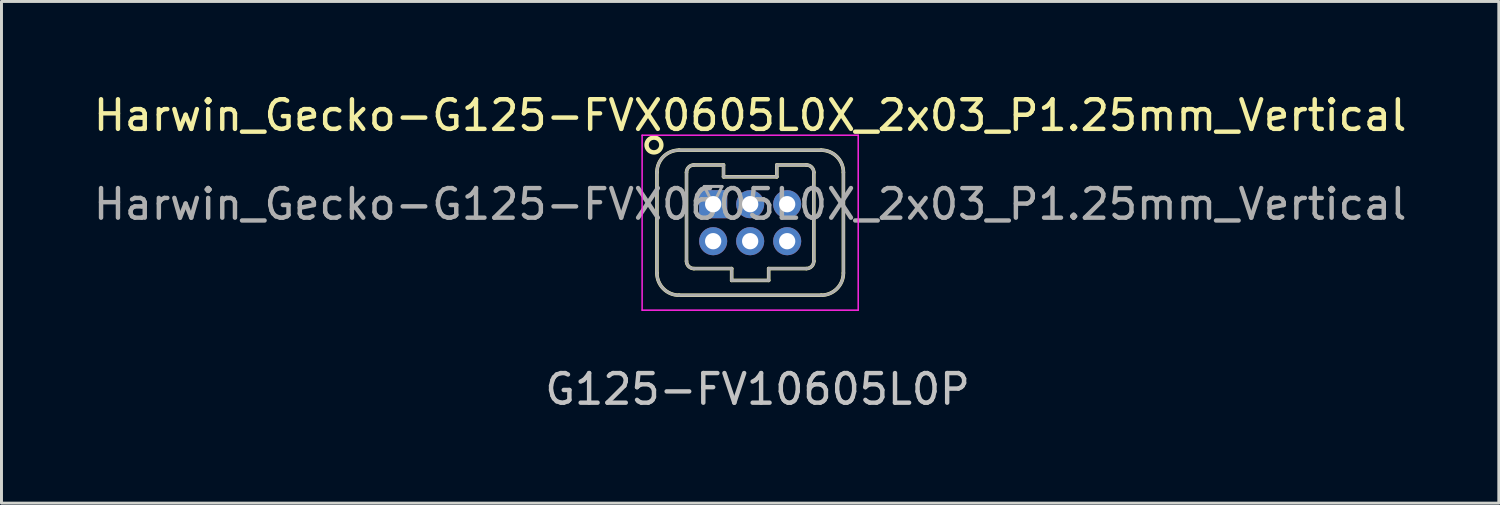
<source format=kicad_pcb>
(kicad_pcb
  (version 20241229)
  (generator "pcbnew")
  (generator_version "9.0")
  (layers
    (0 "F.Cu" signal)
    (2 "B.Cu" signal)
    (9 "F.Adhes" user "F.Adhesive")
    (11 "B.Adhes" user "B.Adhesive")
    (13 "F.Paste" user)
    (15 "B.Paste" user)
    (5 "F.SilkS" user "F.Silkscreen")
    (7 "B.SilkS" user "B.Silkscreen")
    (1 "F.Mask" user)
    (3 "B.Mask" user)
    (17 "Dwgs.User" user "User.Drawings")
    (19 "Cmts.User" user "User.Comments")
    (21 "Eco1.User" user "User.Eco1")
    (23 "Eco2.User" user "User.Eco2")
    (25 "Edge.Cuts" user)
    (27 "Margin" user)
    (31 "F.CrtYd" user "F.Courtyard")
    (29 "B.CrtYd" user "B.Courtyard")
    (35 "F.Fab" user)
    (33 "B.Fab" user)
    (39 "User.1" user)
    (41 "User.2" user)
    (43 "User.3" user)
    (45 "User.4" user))
  (footprint "Harwin_Gecko-G125-FVX0605L0X_2x03_P1.25mm_Vertical"
    (layer "F.Cu")
    (at 21.042 3.848)
    (property "Reference" "Harwin_Gecko-G125-FVX0605L0X_2x03_P1.25mm_Vertical" (at 1.25 -3 180) (layer "F.SilkS") (effects (font (size 1 1) (thickness 0.15))))
    (attr through_hole)
    (fp_line (start -1.9 -1.075) (end -1.9 2.325) (stroke (width 0.12) (type solid)) (layer "F.SilkS"))
    (fp_line (start -1.15 -1.825) (end 3.65 -1.825) (stroke (width 0.12) (type solid)) (layer "F.SilkS"))
    (fp_line (start -1.15 3.075) (end 3.65 3.075) (stroke (width 0.12) (type solid)) (layer "F.SilkS"))
    (fp_line (start -0.9 -1.075) (end -0.9 1.925) (stroke (width 0.12) (type solid)) (layer "F.SilkS"))
    (fp_line (start -0.65 -1.325) (end 0.35 -1.325) (stroke (width 0.12) (type solid)) (layer "F.SilkS"))
    (fp_line (start -0.65 2.175) (end 0.625 2.175) (stroke (width 0.12) (type solid)) (layer "F.SilkS"))
    (fp_line (start 0.35 -1.325) (end 0.35 -0.925) (stroke (width 0.12) (type solid)) (layer "F.SilkS"))
    (fp_line (start 0.35 -0.925) (end 2.15 -0.925) (stroke (width 0.12) (type solid)) (layer "F.SilkS"))
    (fp_line (start 0.625 2.175) (end 0.625 2.575) (stroke (width 0.12) (type solid)) (layer "F.SilkS"))
    (fp_line (start 0.625 2.575) (end 1.875 2.575) (stroke (width 0.12) (type solid)) (layer "F.SilkS"))
    (fp_line (start 1.875 2.175) (end 3.15 2.175) (stroke (width 0.12) (type solid)) (layer "F.SilkS"))
    (fp_line (start 1.875 2.575) (end 1.875 2.175) (stroke (width 0.12) (type solid)) (layer "F.SilkS"))
    (fp_line (start 2.15 -1.325) (end 3.15 -1.325) (stroke (width 0.12) (type solid)) (layer "F.SilkS"))
    (fp_line (start 2.15 -0.925) (end 2.15 -1.325) (stroke (width 0.12) (type solid)) (layer "F.SilkS"))
    (fp_line (start 3.4 -1.075) (end 3.4 1.925) (stroke (width 0.12) (type solid)) (layer "F.SilkS"))
    (fp_line (start 4.4 -1.075) (end 4.4 2.325) (stroke (width 0.12) (type solid)) (layer "F.SilkS"))
    (fp_arc (start -1.9 -1.075) (mid -1.68033 -1.60533) (end -1.15 -1.825) (stroke (width 0.12) (type solid)) (layer "F.SilkS"))
    (fp_arc (start -1.15 3.075) (mid -1.68033 2.85533) (end -1.9 2.325) (stroke (width 0.12) (type solid)) (layer "F.SilkS"))
    (fp_arc (start -0.9 -1.075) (mid -0.826777 -1.251777) (end -0.65 -1.325) (stroke (width 0.12) (type solid)) (layer "F.SilkS"))
    (fp_arc (start -0.65 2.175) (mid -0.826777 2.101777) (end -0.9 1.925) (stroke (width 0.12) (type solid)) (layer "F.SilkS"))
    (fp_arc (start 3.15 -1.325) (mid 3.326777 -1.251777) (end 3.4 -1.075) (stroke (width 0.12) (type solid)) (layer "F.SilkS"))
    (fp_arc (start 3.4 1.925) (mid 3.326777 2.101777) (end 3.15 2.175) (stroke (width 0.12) (type solid)) (layer "F.SilkS"))
    (fp_arc (start 3.65 -1.825) (mid 4.18033 -1.60533) (end 4.4 -1.075) (stroke (width 0.12) (type solid)) (layer "F.SilkS"))
    (fp_arc (start 4.4 2.325) (mid 4.18033 2.85533) (end 3.65 3.075) (stroke (width 0.12) (type solid)) (layer "F.SilkS"))
    (fp_circle (center -2 -2) (end -1.75 -2) (stroke (width 0.15) (type solid)) (fill no) (layer "F.SilkS"))
    (fp_line (start -2.4 -2.33) (end -2.4 3.58) (stroke (width 0.05) (type solid)) (layer "F.CrtYd"))
    (fp_line (start -2.4 3.58) (end 4.9 3.58) (stroke (width 0.05) (type solid)) (layer "F.CrtYd"))
    (fp_line (start 4.9 -2.33) (end -2.4 -2.33) (stroke (width 0.05) (type solid)) (layer "F.CrtYd"))
    (fp_line (start 4.9 3.58) (end 4.9 -2.33) (stroke (width 0.05) (type solid)) (layer "F.CrtYd"))
    (fp_line (start -1.9 -1.075) (end -1.9 2.325) (stroke (width 0.1) (type solid)) (layer "F.Fab"))
    (fp_line (start -1.15 -1.825) (end 3.65 -1.825) (stroke (width 0.1) (type solid)) (layer "F.Fab"))
    (fp_line (start -1.15 3.075) (end 3.65 3.075) (stroke (width 0.1) (type solid)) (layer "F.Fab"))
    (fp_line (start -0.9 -1.075) (end -0.9 1.925) (stroke (width 0.1) (type solid)) (layer "F.Fab"))
    (fp_line (start -0.65 -1.325) (end 0.35 -1.325) (stroke (width 0.1) (type solid)) (layer "F.Fab"))
    (fp_line (start -0.65 2.175) (end 0.625 2.175) (stroke (width 0.1) (type solid)) (layer "F.Fab"))
    (fp_line (start -0.3 -0.6) (end 0.3 -0.6) (stroke (width 0.1) (type solid)) (layer "F.Fab"))
    (fp_line (start 0 0) (end -0.3 -0.6) (stroke (width 0.1) (type solid)) (layer "F.Fab"))
    (fp_line (start 0.3 -0.6) (end 0 0) (stroke (width 0.1) (type solid)) (layer "F.Fab"))
    (fp_line (start 0.35 -1.325) (end 0.35 -0.925) (stroke (width 0.1) (type solid)) (layer "F.Fab"))
    (fp_line (start 0.35 -0.925) (end 2.15 -0.925) (stroke (width 0.1) (type solid)) (layer "F.Fab"))
    (fp_line (start 0.625 2.175) (end 0.625 2.575) (stroke (width 0.1) (type solid)) (layer "F.Fab"))
    (fp_line (start 0.625 2.575) (end 1.875 2.575) (stroke (width 0.1) (type solid)) (layer "F.Fab"))
    (fp_line (start 1.875 2.175) (end 3.15 2.175) (stroke (width 0.1) (type solid)) (layer "F.Fab"))
    (fp_line (start 1.875 2.575) (end 1.875 2.175) (stroke (width 0.1) (type solid)) (layer "F.Fab"))
    (fp_line (start 2.15 -1.325) (end 3.15 -1.325) (stroke (width 0.1) (type solid)) (layer "F.Fab"))
    (fp_line (start 2.15 -0.925) (end 2.15 -1.325) (stroke (width 0.1) (type solid)) (layer "F.Fab"))
    (fp_line (start 3.4 -1.075) (end 3.4 1.925) (stroke (width 0.1) (type solid)) (layer "F.Fab"))
    (fp_line (start 4.4 -1.075) (end 4.4 2.325) (stroke (width 0.1) (type solid)) (layer "F.Fab"))
    (fp_arc (start -1.9 -1.075) (mid -1.68033 -1.60533) (end -1.15 -1.825) (stroke (width 0.1) (type solid)) (layer "F.Fab"))
    (fp_arc (start -1.15 3.075) (mid -1.68033 2.85533) (end -1.9 2.325) (stroke (width 0.1) (type solid)) (layer "F.Fab"))
    (fp_arc (start -0.9 -1.075) (mid -0.826777 -1.251777) (end -0.65 -1.325) (stroke (width 0.1) (type solid)) (layer "F.Fab"))
    (fp_arc (start -0.65 2.175) (mid -0.826777 2.101777) (end -0.9 1.925) (stroke (width 0.1) (type solid)) (layer "F.Fab"))
    (fp_arc (start 3.15 -1.325) (mid 3.326777 -1.251777) (end 3.4 -1.075) (stroke (width 0.1) (type solid)) (layer "F.Fab"))
    (fp_arc (start 3.4 1.925) (mid 3.326777 2.101777) (end 3.15 2.175) (stroke (width 0.1) (type solid)) (layer "F.Fab"))
    (fp_arc (start 3.65 -1.825) (mid 4.18033 -1.60533) (end 4.4 -1.075) (stroke (width 0.1) (type solid)) (layer "F.Fab"))
    (fp_arc (start 4.4 2.325) (mid 4.18033 2.85533) (end 3.65 3.075) (stroke (width 0.1) (type solid)) (layer "F.Fab"))
    (fp_text user "G125-FV10605L0P" (at 1.5 6.25 0) (layer "Dwgs.User") (effects (font (size 1 1) (thickness 0.15))))
    (fp_text user "${REFERENCE}" (at 1.25 0 180) (layer "F.Fab") (effects (font (size 1 1) (thickness 0.15))))
    (pad "1" thru_hole rect (at 0 0) (size 0.95 0.95) (drill 0.55) (layers "*.Cu" "*.Mask"))
    (pad "2" thru_hole circle (at 1.25 0) (size 0.95 0.95) (drill 0.55) (layers "*.Cu" "*.Mask"))
    (pad "3" thru_hole circle (at 2.5 0) (size 0.95 0.95) (drill 0.55) (layers "*.Cu" "*.Mask"))
    (pad "4" thru_hole circle (at 0 1.25) (size 0.95 0.95) (drill 0.55) (layers "*.Cu" "*.Mask"))
    (pad "5" thru_hole circle (at 1.25 1.25) (size 0.95 0.95) (drill 0.55) (layers "*.Cu" "*.Mask"))
    (pad "6" thru_hole circle (at 2.5 1.25) (size 0.95 0.95) (drill 0.55) (layers "*.Cu" "*.Mask")))
  (gr_rect
    (start -3 -3)
    (end 47.583 13.947)
    (stroke (width 0.1) (type default))
    (fill no)
    (layer "Edge.Cuts")))
</source>
